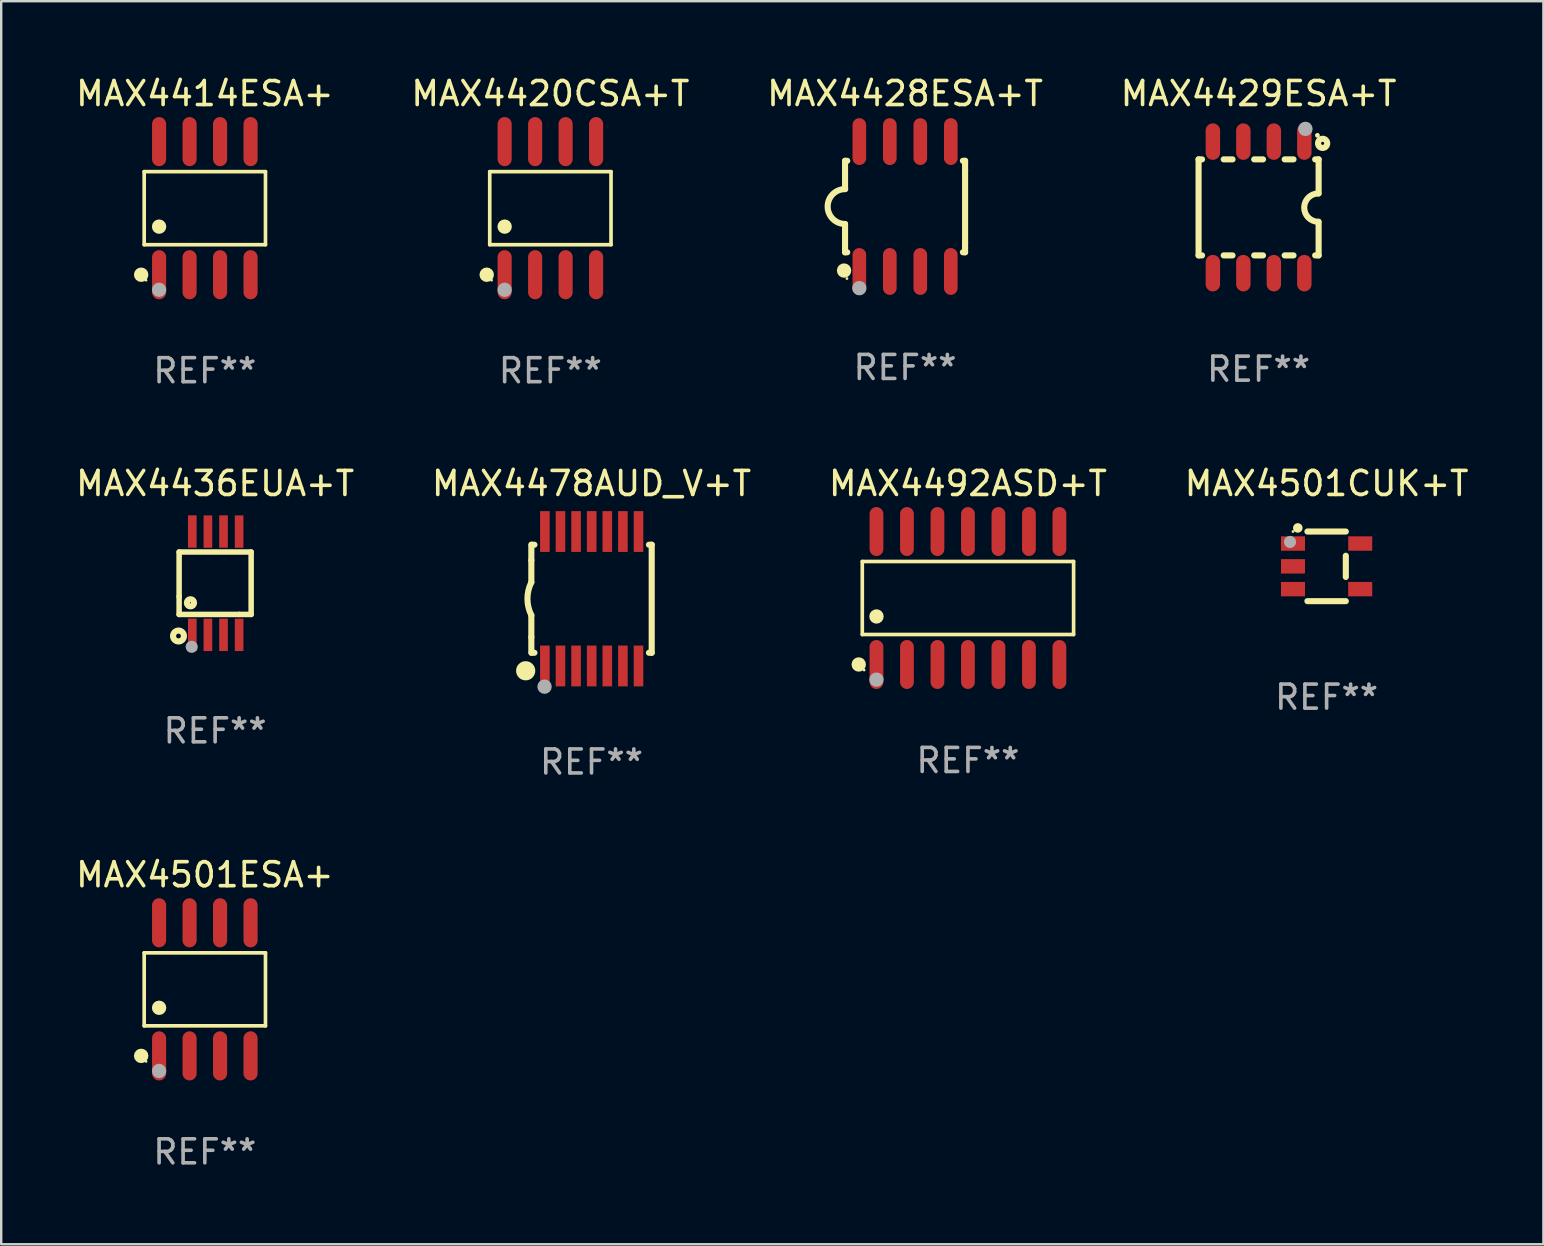
<source format=kicad_pcb>
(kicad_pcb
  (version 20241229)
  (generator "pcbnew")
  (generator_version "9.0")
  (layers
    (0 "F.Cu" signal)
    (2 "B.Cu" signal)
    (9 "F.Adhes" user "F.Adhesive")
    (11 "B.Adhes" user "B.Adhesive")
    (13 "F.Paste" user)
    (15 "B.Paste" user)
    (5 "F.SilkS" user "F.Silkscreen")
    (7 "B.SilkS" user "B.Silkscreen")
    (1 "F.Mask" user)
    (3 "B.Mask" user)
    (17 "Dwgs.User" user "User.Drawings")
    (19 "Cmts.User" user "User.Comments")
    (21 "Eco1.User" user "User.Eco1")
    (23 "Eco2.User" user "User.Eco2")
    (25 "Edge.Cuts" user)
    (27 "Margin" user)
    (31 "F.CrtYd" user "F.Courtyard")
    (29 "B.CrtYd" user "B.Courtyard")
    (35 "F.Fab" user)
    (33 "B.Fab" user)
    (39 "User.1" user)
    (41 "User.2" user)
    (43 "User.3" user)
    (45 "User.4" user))
  (footprint "MAX4429ESA+T"
    (layer "F.Cu")
    (at 49.375 5.588)
    (property "Reference" "MAX4429ESA+T" (at 0 -4.74 0) (layer "F.SilkS") (effects (font (size 1 1) (thickness 0.15))))
    (attr through_hole)
    (fp_line (start -2.5 2) (end -2.5 -2) (stroke (width 0.254) (type solid)) (layer "F.SilkS"))
    (fp_line (start -2.356 -2) (end -2.5 -2) (stroke (width 0.254) (type solid)) (layer "F.SilkS"))
    (fp_line (start -2.356 2) (end -2.5 2) (stroke (width 0.254) (type solid)) (layer "F.SilkS"))
    (fp_line (start -1.086 -2) (end -1.454 -2) (stroke (width 0.254) (type solid)) (layer "F.SilkS"))
    (fp_line (start -1.086 2) (end -1.454 2) (stroke (width 0.254) (type solid)) (layer "F.SilkS"))
    (fp_line (start 0.184 -2) (end -0.184 -2) (stroke (width 0.254) (type solid)) (layer "F.SilkS"))
    (fp_line (start 0.184 2) (end -0.184 2) (stroke (width 0.254) (type solid)) (layer "F.SilkS"))
    (fp_line (start 1.454 -2) (end 1.086 -2) (stroke (width 0.254) (type solid)) (layer "F.SilkS"))
    (fp_line (start 1.454 2) (end 1.086 2) (stroke (width 0.254) (type solid)) (layer "F.SilkS"))
    (fp_line (start 2.5 -2) (end 2.356 -2) (stroke (width 0.254) (type solid)) (layer "F.SilkS"))
    (fp_line (start 2.5 -0.58) (end 2.5 -2) (stroke (width 0.254) (type solid)) (layer "F.SilkS"))
    (fp_line (start 2.5 2) (end 2.356 2) (stroke (width 0.254) (type solid)) (layer "F.SilkS"))
    (fp_line (start 2.5 2) (end 2.5 0.6) (stroke (width 0.254) (type solid)) (layer "F.SilkS"))
    (fp_arc (start 2.489992 0.600051) (mid 1.901674 0.010046) (end 2.489992 -0.579959) (stroke (width 0.254001) (type solid)) (layer "F.SilkS"))
    (fp_circle (center 2.45 -3) (end 2.5 -3) (stroke (width 0.1) (type solid)) (fill no) (layer "F.SilkS"))
    (fp_circle (center 2.667 -2.667) (end 2.858 -2.667) (stroke (width 0.254) (type solid)) (fill no) (layer "F.SilkS"))
    (fp_circle (center 1.95 -3.27) (end 2.1 -3.27) (stroke (width 0.3) (type solid)) (fill no) (layer "F.Fab"))
    (fp_text user "REF**" (at 0 6.74 0) (layer "F.Fab") (effects (font (size 1 1) (thickness 0.15))))
    (pad "1" smd oval (at 1.905 -2.74) (size 0.6 1.52) (layers "F.Cu" "F.Mask" "F.Paste"))
    (pad "2" smd oval (at 0.635 -2.74) (size 0.6 1.52) (layers "F.Cu" "F.Mask" "F.Paste"))
    (pad "3" smd oval (at -0.635 -2.74) (size 0.6 1.52) (layers "F.Cu" "F.Mask" "F.Paste"))
    (pad "4" smd oval (at -1.905 -2.74) (size 0.6 1.52) (layers "F.Cu" "F.Mask" "F.Paste"))
    (pad "5" smd oval (at -1.905 2.74) (size 0.6 1.52) (layers "F.Cu" "F.Mask" "F.Paste"))
    (pad "6" smd oval (at -0.635 2.74) (size 0.6 1.52) (layers "F.Cu" "F.Mask" "F.Paste"))
    (pad "7" smd oval (at 0.635 2.74) (size 0.6 1.52) (layers "F.Cu" "F.Mask" "F.Paste"))
    (pad "8" smd oval (at 1.905 2.74) (size 0.6 1.52) (layers "F.Cu" "F.Mask" "F.Paste")))
  (footprint "MAX4501CUK+T"
    (layer "F.Cu")
    (at 52.208 20.54)
    (property "Reference" "MAX4501CUK+T" (at 0 -3.45 0) (layer "F.SilkS") (effects (font (size 1 1) (thickness 0.15))))
    (attr through_hole)
    (fp_line (start 0.8 -1.45) (end -0.8 -1.45) (stroke (width 0.254) (type solid)) (layer "F.SilkS"))
    (fp_line (start 0.8 -0.442) (end 0.8 0.442) (stroke (width 0.254) (type solid)) (layer "F.SilkS"))
    (fp_line (start 0.8 1.45) (end -0.8 1.45) (stroke (width 0.254) (type solid)) (layer "F.SilkS"))
    (fp_circle (center -1.4 -1.45) (end -1.37 -1.45) (stroke (width 0.06) (type solid)) (fill no) (layer "F.SilkS"))
    (fp_circle (center -1.2 -1.6) (end -1.1 -1.6) (stroke (width 0.2) (type solid)) (fill no) (layer "F.SilkS"))
    (fp_circle (center -1.524 -1.016) (end -1.397 -1.016) (stroke (width 0.254) (type solid)) (fill no) (layer "F.Fab"))
    (fp_text user "REF**" (at 0 5.45 0) (layer "F.Fab") (effects (font (size 1 1) (thickness 0.15))))
    (pad "1" smd rect (at -1.4 -0.95 180) (size 1 0.6) (layers "F.Cu" "F.Mask" "F.Paste"))
    (pad "2" smd rect (at -1.4 0.000114 180) (size 1 0.6) (layers "F.Cu" "F.Mask" "F.Paste"))
    (pad "3" smd rect (at -1.4 0.95 180) (size 1 0.6) (layers "F.Cu" "F.Mask" "F.Paste"))
    (pad "4" smd rect (at 1.4 0.95) (size 1 0.6) (layers "F.Cu" "F.Mask" "F.Paste"))
    (pad "5" smd rect (at 1.4 -0.95) (size 1 0.6) (layers "F.Cu" "F.Mask" "F.Paste")))
  (footprint "MAX4414ESA+"
    (layer "F.Cu")
    (at 5.482 5.621)
    (property "Reference" "MAX4414ESA+" (at 0 -4.772 0) (layer "F.SilkS") (effects (font (size 1 1) (thickness 0.15))))
    (attr through_hole)
    (fp_line (start -2.526 -1.521) (end 2.526 -1.521) (stroke (width 0.152) (type solid)) (layer "F.SilkS"))
    (fp_line (start -2.526 1.521) (end -2.526 -1.521) (stroke (width 0.152) (type solid)) (layer "F.SilkS"))
    (fp_line (start 2.526 -1.521) (end 2.526 1.521) (stroke (width 0.152) (type solid)) (layer "F.SilkS"))
    (fp_line (start 2.526 1.521) (end -2.526 1.521) (stroke (width 0.152) (type solid)) (layer "F.SilkS"))
    (fp_circle (center -2.652 2.772) (end -2.501 2.772) (stroke (width 0.3) (type solid)) (fill no) (layer "F.SilkS"))
    (fp_circle (center -2.45 3) (end -2.42 3) (stroke (width 0.06) (type solid)) (fill no) (layer "F.SilkS"))
    (fp_circle (center -1.905 0.769) (end -1.755 0.769) (stroke (width 0.3) (type solid)) (fill no) (layer "F.SilkS"))
    (fp_circle (center -1.905 3.4) (end -1.755 3.4) (stroke (width 0.3) (type solid)) (fill no) (layer "F.Fab"))
    (fp_text user "REF**" (at 0 6.772 0) (layer "F.Fab") (effects (font (size 1 1) (thickness 0.15))))
    (pad "1" smd oval (at -1.905 2.772) (size 0.588 2.045) (layers "F.Cu" "F.Mask" "F.Paste"))
    (pad "2" smd oval (at -0.635 2.772) (size 0.588 2.045) (layers "F.Cu" "F.Mask" "F.Paste"))
    (pad "3" smd oval (at 0.635 2.772) (size 0.588 2.045) (layers "F.Cu" "F.Mask" "F.Paste"))
    (pad "4" smd oval (at 1.905 2.772) (size 0.588 2.045) (layers "F.Cu" "F.Mask" "F.Paste"))
    (pad "5" smd oval (at 1.905 -2.772) (size 0.588 2.045) (layers "F.Cu" "F.Mask" "F.Paste"))
    (pad "6" smd oval (at 0.635 -2.772) (size 0.588 2.045) (layers "F.Cu" "F.Mask" "F.Paste"))
    (pad "7" smd oval (at -0.635 -2.772) (size 0.588 2.045) (layers "F.Cu" "F.Mask" "F.Paste"))
    (pad "8" smd oval (at -1.905 -2.772) (size 0.588 2.045) (layers "F.Cu" "F.Mask" "F.Paste")))
  (footprint "MAX4436EUA+T"
    (layer "F.Cu")
    (at 5.911 21.242)
    (property "Reference" "MAX4436EUA+T" (at 0 -4.152 0) (layer "F.SilkS") (effects (font (size 1 1) (thickness 0.15))))
    (attr through_hole)
    (fp_line (start -1.5 1.301) (end 1 1.301) (stroke (width 0.229) (type solid)) (layer "F.SilkS"))
    (fp_line (start -1.5 -1.299) (end -1.5 0.551) (stroke (width 0.229) (type solid)) (layer "F.SilkS"))
    (fp_line (start -1.5 0.551) (end -1.5 1.301) (stroke (width 0.229) (type solid)) (layer "F.SilkS"))
    (fp_line (start 1 1.301) (end 1.5 1.301) (stroke (width 0.229) (type solid)) (layer "F.SilkS"))
    (fp_line (start 1.5 1.301) (end 1.5 -1.299) (stroke (width 0.229) (type solid)) (layer "F.SilkS"))
    (fp_line (start 1.5 -1.299) (end -1.5 -1.299) (stroke (width 0.229) (type solid)) (layer "F.SilkS"))
    (fp_circle (center -1.526 2.2) (end -1.426 2.2) (stroke (width 0.254) (type solid)) (fill no) (layer "F.SilkS"))
    (fp_circle (center -1.476 2.45) (end -1.446 2.45) (stroke (width 0.06) (type solid)) (fill no) (layer "F.SilkS"))
    (fp_circle (center -1.028 0.817) (end -0.878 0.817) (stroke (width 0.254) (type solid)) (fill no) (layer "F.SilkS"))
    (fp_circle (center -0.976 2.65) (end -0.849 2.65) (stroke (width 0.254) (type solid)) (fill no) (layer "F.Fab"))
    (fp_text user "REF**" (at 0 6.152 0) (layer "F.Fab") (effects (font (size 1 1) (thickness 0.15))))
    (pad "1" smd rect (at -0.951 2.15) (size 0.36 1.35) (layers "F.Cu" "F.Mask" "F.Paste"))
    (pad "2" smd rect (at -0.301 2.152) (size 0.36 1.35) (layers "F.Cu" "F.Mask" "F.Paste"))
    (pad "3" smd rect (at 0.349 2.151) (size 0.36 1.35) (layers "F.Cu" "F.Mask" "F.Paste"))
    (pad "4" smd rect (at 0.999 2.152) (size 0.36 1.35) (layers "F.Cu" "F.Mask" "F.Paste"))
    (pad "5" smd rect (at 0.999 -2.149) (size 0.36 1.35) (layers "F.Cu" "F.Mask" "F.Paste"))
    (pad "6" smd rect (at 0.349 -2.152) (size 0.36 1.35) (layers "F.Cu" "F.Mask" "F.Paste"))
    (pad "7" smd rect (at -0.301 -2.149) (size 0.36 1.35) (layers "F.Cu" "F.Mask" "F.Paste"))
    (pad "8" smd rect (at -0.951 -2.152) (size 0.36 1.35) (layers "F.Cu" "F.Mask" "F.Paste")))
  (footprint "MAX4501ESA+"
    (layer "F.Cu")
    (at 5.482 38.159)
    (property "Reference" "MAX4501ESA+" (at 0 -4.772 0) (layer "F.SilkS") (effects (font (size 1 1) (thickness 0.15))))
    (attr through_hole)
    (fp_line (start -2.526 -1.521) (end 2.526 -1.521) (stroke (width 0.152) (type solid)) (layer "F.SilkS"))
    (fp_line (start -2.526 1.521) (end -2.526 -1.521) (stroke (width 0.152) (type solid)) (layer "F.SilkS"))
    (fp_line (start 2.526 -1.521) (end 2.526 1.521) (stroke (width 0.152) (type solid)) (layer "F.SilkS"))
    (fp_line (start 2.526 1.521) (end -2.526 1.521) (stroke (width 0.152) (type solid)) (layer "F.SilkS"))
    (fp_circle (center -2.652 2.772) (end -2.501 2.772) (stroke (width 0.3) (type solid)) (fill no) (layer "F.SilkS"))
    (fp_circle (center -2.45 3) (end -2.42 3) (stroke (width 0.06) (type solid)) (fill no) (layer "F.SilkS"))
    (fp_circle (center -1.905 0.769) (end -1.755 0.769) (stroke (width 0.3) (type solid)) (fill no) (layer "F.SilkS"))
    (fp_circle (center -1.905 3.4) (end -1.755 3.4) (stroke (width 0.3) (type solid)) (fill no) (layer "F.Fab"))
    (fp_text user "REF**" (at 0 6.772 0) (layer "F.Fab") (effects (font (size 1 1) (thickness 0.15))))
    (pad "1" smd oval (at -1.905 2.772) (size 0.588 2.045) (layers "F.Cu" "F.Mask" "F.Paste"))
    (pad "2" smd oval (at -0.635 2.772) (size 0.588 2.045) (layers "F.Cu" "F.Mask" "F.Paste"))
    (pad "3" smd oval (at 0.635 2.772) (size 0.588 2.045) (layers "F.Cu" "F.Mask" "F.Paste"))
    (pad "4" smd oval (at 1.905 2.772) (size 0.588 2.045) (layers "F.Cu" "F.Mask" "F.Paste"))
    (pad "5" smd oval (at 1.905 -2.772) (size 0.588 2.045) (layers "F.Cu" "F.Mask" "F.Paste"))
    (pad "6" smd oval (at 0.635 -2.772) (size 0.588 2.045) (layers "F.Cu" "F.Mask" "F.Paste"))
    (pad "7" smd oval (at -0.635 -2.772) (size 0.588 2.045) (layers "F.Cu" "F.Mask" "F.Paste"))
    (pad "8" smd oval (at -1.905 -2.772) (size 0.588 2.045) (layers "F.Cu" "F.Mask" "F.Paste")))
  (footprint "MAX4420CSA+T"
    (layer "F.Cu")
    (at 19.875 5.621)
    (property "Reference" "MAX4420CSA+T" (at 0 -4.772 0) (layer "F.SilkS") (effects (font (size 1 1) (thickness 0.15))))
    (attr through_hole)
    (fp_line (start -2.526 -1.521) (end 2.526 -1.521) (stroke (width 0.152) (type solid)) (layer "F.SilkS"))
    (fp_line (start -2.526 1.521) (end -2.526 -1.521) (stroke (width 0.152) (type solid)) (layer "F.SilkS"))
    (fp_line (start 2.526 -1.521) (end 2.526 1.521) (stroke (width 0.152) (type solid)) (layer "F.SilkS"))
    (fp_line (start 2.526 1.521) (end -2.526 1.521) (stroke (width 0.152) (type solid)) (layer "F.SilkS"))
    (fp_circle (center -2.652 2.772) (end -2.501 2.772) (stroke (width 0.3) (type solid)) (fill no) (layer "F.SilkS"))
    (fp_circle (center -2.45 3) (end -2.42 3) (stroke (width 0.06) (type solid)) (fill no) (layer "F.SilkS"))
    (fp_circle (center -1.905 0.769) (end -1.755 0.769) (stroke (width 0.3) (type solid)) (fill no) (layer "F.SilkS"))
    (fp_circle (center -1.905 3.4) (end -1.755 3.4) (stroke (width 0.3) (type solid)) (fill no) (layer "F.Fab"))
    (fp_text user "REF**" (at 0 6.772 0) (layer "F.Fab") (effects (font (size 1 1) (thickness 0.15))))
    (pad "1" smd oval (at -1.905 2.772) (size 0.588 2.045) (layers "F.Cu" "F.Mask" "F.Paste"))
    (pad "2" smd oval (at -0.635 2.772) (size 0.588 2.045) (layers "F.Cu" "F.Mask" "F.Paste"))
    (pad "3" smd oval (at 0.635 2.772) (size 0.588 2.045) (layers "F.Cu" "F.Mask" "F.Paste"))
    (pad "4" smd oval (at 1.905 2.772) (size 0.588 2.045) (layers "F.Cu" "F.Mask" "F.Paste"))
    (pad "5" smd oval (at 1.905 -2.772) (size 0.588 2.045) (layers "F.Cu" "F.Mask" "F.Paste"))
    (pad "6" smd oval (at 0.635 -2.772) (size 0.588 2.045) (layers "F.Cu" "F.Mask" "F.Paste"))
    (pad "7" smd oval (at -0.635 -2.772) (size 0.588 2.045) (layers "F.Cu" "F.Mask" "F.Paste"))
    (pad "8" smd oval (at -1.905 -2.772) (size 0.588 2.045) (layers "F.Cu" "F.Mask" "F.Paste")))
  (footprint "MAX4478AUD_V+T"
    (layer "F.Cu")
    (at 21.589 21.89)
    (property "Reference" "MAX4478AUD_V+T" (at 0 -4.8 0) (layer "F.SilkS") (effects (font (size 1 1) (thickness 0.15))))
    (attr through_hole)
    (fp_line (start -2.507 -1.6) (end -2.507 -2.25) (stroke (width 0.254) (type solid)) (layer "F.SilkS"))
    (fp_line (start -2.507 -0.686) (end -2.507 -1.6) (stroke (width 0.254) (type solid)) (layer "F.SilkS"))
    (fp_line (start -2.507 1.6) (end -2.507 0.686) (stroke (width 0.254) (type solid)) (layer "F.SilkS"))
    (fp_line (start -2.507 1.6) (end -2.507 2.25) (stroke (width 0.254) (type solid)) (layer "F.SilkS"))
    (fp_line (start -2.493 -2.25) (end -2.377 -2.25) (stroke (width 0.254) (type solid)) (layer "F.SilkS"))
    (fp_line (start -2.377 2.25) (end -2.493 2.25) (stroke (width 0.254) (type solid)) (layer "F.SilkS"))
    (fp_line (start 2.392 -2.25) (end 2.507 -2.25) (stroke (width 0.254) (type solid)) (layer "F.SilkS"))
    (fp_line (start 2.507 -2.25) (end 2.507 2.25) (stroke (width 0.254) (type solid)) (layer "F.SilkS"))
    (fp_line (start 2.507 2.25) (end 2.392 2.25) (stroke (width 0.254) (type solid)) (layer "F.SilkS"))
    (fp_arc (start -2.507303 0.685802) (mid -2.669199 0) (end -2.507303 -0.685801) (stroke (width 0.254001) (type solid)) (layer "F.SilkS"))
    (fp_circle (center -2.743 3) (end -2.543 3) (stroke (width 0.4) (type solid)) (fill no) (layer "F.SilkS"))
    (fp_circle (center -2.493 3.2) (end -2.463 3.2) (stroke (width 0.06) (type solid)) (fill no) (layer "F.SilkS"))
    (fp_circle (center -1.957 3.662) (end -1.807 3.662) (stroke (width 0.3) (type solid)) (fill no) (layer "F.Fab"))
    (fp_text user "REF**" (at 0 6.8 0) (layer "F.Fab") (effects (font (size 1 1) (thickness 0.15))))
    (pad "1" smd rect (at -1.943 2.8) (size 0.4 1.7) (layers "F.Cu" "F.Mask" "F.Paste"))
    (pad "2" smd rect (at -1.293 2.8) (size 0.4 1.7) (layers "F.Cu" "F.Mask" "F.Paste"))
    (pad "3" smd rect (at -0.643 2.8) (size 0.4 1.7) (layers "F.Cu" "F.Mask" "F.Paste"))
    (pad "4" smd rect (at 0.007 2.8) (size 0.4 1.7) (layers "F.Cu" "F.Mask" "F.Paste"))
    (pad "5" smd rect (at 0.657 2.8) (size 0.4 1.7) (layers "F.Cu" "F.Mask" "F.Paste"))
    (pad "6" smd rect (at 1.307 2.8) (size 0.4 1.7) (layers "F.Cu" "F.Mask" "F.Paste"))
    (pad "7" smd rect (at 1.957 2.8) (size 0.4 1.7) (layers "F.Cu" "F.Mask" "F.Paste"))
    (pad "8" smd rect (at 1.957 -2.8) (size 0.4 1.7) (layers "F.Cu" "F.Mask" "F.Paste"))
    (pad "9" smd rect (at 1.307 -2.8) (size 0.4 1.7) (layers "F.Cu" "F.Mask" "F.Paste"))
    (pad "10" smd rect (at 0.657 -2.8) (size 0.4 1.7) (layers "F.Cu" "F.Mask" "F.Paste"))
    (pad "11" smd rect (at 0.007 -2.8) (size 0.4 1.7) (layers "F.Cu" "F.Mask" "F.Paste"))
    (pad "12" smd rect (at -0.643 -2.8) (size 0.4 1.7) (layers "F.Cu" "F.Mask" "F.Paste"))
    (pad "13" smd rect (at -1.293 -2.8) (size 0.4 1.7) (layers "F.Cu" "F.Mask" "F.Paste"))
    (pad "14" smd rect (at -1.943 -2.8) (size 0.4 1.7) (layers "F.Cu" "F.Mask" "F.Paste")))
  (footprint "MAX4428ESA+T"
    (layer "F.Cu")
    (at 34.649 5.553)
    (property "Reference" "MAX4428ESA+T" (at 0 -4.705 0) (layer "F.SilkS") (effects (font (size 1 1) (thickness 0.15))))
    (attr through_hole)
    (fp_line (start -2.5 -1.905) (end -2.409 -1.905) (stroke (width 0.254) (type solid)) (layer "F.SilkS"))
    (fp_line (start -2.5 -1.5) (end -2.5 -1.905) (stroke (width 0.254) (type solid)) (layer "F.SilkS"))
    (fp_line (start -2.5 -1.5) (end -2.5 -0.726) (stroke (width 0.254) (type solid)) (layer "F.SilkS"))
    (fp_line (start -2.5 1.5) (end -2.5 0.727) (stroke (width 0.254) (type solid)) (layer "F.SilkS"))
    (fp_line (start -2.5 1.5) (end -2.5 1.905) (stroke (width 0.254) (type solid)) (layer "F.SilkS"))
    (fp_line (start -2.5 1.905) (end -2.409 1.905) (stroke (width 0.254) (type solid)) (layer "F.SilkS"))
    (fp_line (start 2.5 -1.905) (end 2.409 -1.905) (stroke (width 0.254) (type solid)) (layer "F.SilkS"))
    (fp_line (start 2.5 -1.5) (end 2.5 -1.905) (stroke (width 0.254) (type solid)) (layer "F.SilkS"))
    (fp_line (start 2.5 -1.5) (end 2.5 1.5) (stroke (width 0.254) (type solid)) (layer "F.SilkS"))
    (fp_line (start 2.5 1.5) (end 2.5 1.905) (stroke (width 0.254) (type solid)) (layer "F.SilkS"))
    (fp_line (start 2.5 1.905) (end 2.409 1.905) (stroke (width 0.254) (type solid)) (layer "F.SilkS"))
    (fp_arc (start -2.5 0.726568) (mid -3.220316 -0.0023) (end -2.495097 -0.726289) (stroke (width 0.254001) (type solid)) (layer "F.SilkS"))
    (fp_circle (center -2.54 2.667) (end -2.39 2.667) (stroke (width 0.3) (type solid)) (fill no) (layer "F.SilkS"))
    (fp_circle (center -2.42 3) (end -2.39 3) (stroke (width 0.06) (type solid)) (fill no) (layer "F.SilkS"))
    (fp_circle (center -1.905 3.4) (end -1.755 3.4) (stroke (width 0.3) (type solid)) (fill no) (layer "F.Fab"))
    (fp_text user "REF**" (at 0 6.705 0) (layer "F.Fab") (effects (font (size 1 1) (thickness 0.15))))
    (pad "1" smd oval (at -1.905 2.705) (size 0.568 1.95) (layers "F.Cu" "F.Mask" "F.Paste"))
    (pad "2" smd oval (at -0.635 2.705) (size 0.568 1.95) (layers "F.Cu" "F.Mask" "F.Paste"))
    (pad "3" smd oval (at 0.635 2.705) (size 0.568 1.95) (layers "F.Cu" "F.Mask" "F.Paste"))
    (pad "4" smd oval (at 1.905 2.705) (size 0.568 1.95) (layers "F.Cu" "F.Mask" "F.Paste"))
    (pad "5" smd oval (at 1.905 -2.705) (size 0.568 1.95) (layers "F.Cu" "F.Mask" "F.Paste"))
    (pad "6" smd oval (at 0.635 -2.705) (size 0.568 1.95) (layers "F.Cu" "F.Mask" "F.Paste"))
    (pad "7" smd oval (at -0.635 -2.705) (size 0.568 1.95) (layers "F.Cu" "F.Mask" "F.Paste"))
    (pad "8" smd oval (at -1.905 -2.705) (size 0.568 1.95) (layers "F.Cu" "F.Mask" "F.Paste")))
  (footprint "MAX4492ASD+T"
    (layer "F.Cu")
    (at 37.268 21.859)
    (property "Reference" "MAX4492ASD+T" (at 0 -4.769 0) (layer "F.SilkS") (effects (font (size 1 1) (thickness 0.15))))
    (attr through_hole)
    (fp_line (start -4.401 -1.521) (end 4.401 -1.521) (stroke (width 0.152) (type solid)) (layer "F.SilkS"))
    (fp_line (start -4.401 1.521) (end -4.401 -1.521) (stroke (width 0.152) (type solid)) (layer "F.SilkS"))
    (fp_line (start 4.401 -1.521) (end 4.401 1.521) (stroke (width 0.152) (type solid)) (layer "F.SilkS"))
    (fp_line (start 4.401 1.521) (end -4.401 1.521) (stroke (width 0.152) (type solid)) (layer "F.SilkS"))
    (fp_circle (center -4.549 2.769) (end -4.399 2.769) (stroke (width 0.3) (type solid)) (fill no) (layer "F.SilkS"))
    (fp_circle (center -4.325 3) (end -4.295 3) (stroke (width 0.06) (type solid)) (fill no) (layer "F.SilkS"))
    (fp_circle (center -3.81 0.769) (end -3.66 0.769) (stroke (width 0.3) (type solid)) (fill no) (layer "F.SilkS"))
    (fp_circle (center -3.81 3.4) (end -3.66 3.4) (stroke (width 0.3) (type solid)) (fill no) (layer "F.Fab"))
    (fp_text user "REF**" (at 0 6.769 0) (layer "F.Fab") (effects (font (size 1 1) (thickness 0.15))))
    (pad "1" smd oval (at -3.81 2.769) (size 0.574 2.038) (layers "F.Cu" "F.Mask" "F.Paste"))
    (pad "2" smd oval (at -2.54 2.769) (size 0.574 2.038) (layers "F.Cu" "F.Mask" "F.Paste"))
    (pad "3" smd oval (at -1.27 2.769) (size 0.574 2.038) (layers "F.Cu" "F.Mask" "F.Paste"))
    (pad "4" smd oval (at 0 2.769) (size 0.574 2.038) (layers "F.Cu" "F.Mask" "F.Paste"))
    (pad "5" smd oval (at 1.27 2.769) (size 0.574 2.038) (layers "F.Cu" "F.Mask" "F.Paste"))
    (pad "6" smd oval (at 2.54 2.769) (size 0.574 2.038) (layers "F.Cu" "F.Mask" "F.Paste"))
    (pad "7" smd oval (at 3.81 2.769) (size 0.574 2.038) (layers "F.Cu" "F.Mask" "F.Paste"))
    (pad "8" smd oval (at 3.81 -2.769) (size 0.574 2.038) (layers "F.Cu" "F.Mask" "F.Paste"))
    (pad "9" smd oval (at 2.54 -2.769) (size 0.574 2.038) (layers "F.Cu" "F.Mask" "F.Paste"))
    (pad "10" smd oval (at 1.27 -2.769) (size 0.574 2.038) (layers "F.Cu" "F.Mask" "F.Paste"))
    (pad "11" smd oval (at 0 -2.769) (size 0.574 2.038) (layers "F.Cu" "F.Mask" "F.Paste"))
    (pad "12" smd oval (at -1.27 -2.769) (size 0.574 2.038) (layers "F.Cu" "F.Mask" "F.Paste"))
    (pad "13" smd oval (at -2.54 -2.769) (size 0.574 2.038) (layers "F.Cu" "F.Mask" "F.Paste"))
    (pad "14" smd oval (at -3.81 -2.769) (size 0.574 2.038) (layers "F.Cu" "F.Mask" "F.Paste")))
  (gr_rect
    (start -3 -3)
    (end 61.238 48.779)
    (stroke (width 0.1) (type default))
    (fill no)
    (layer "Edge.Cuts")))
</source>
